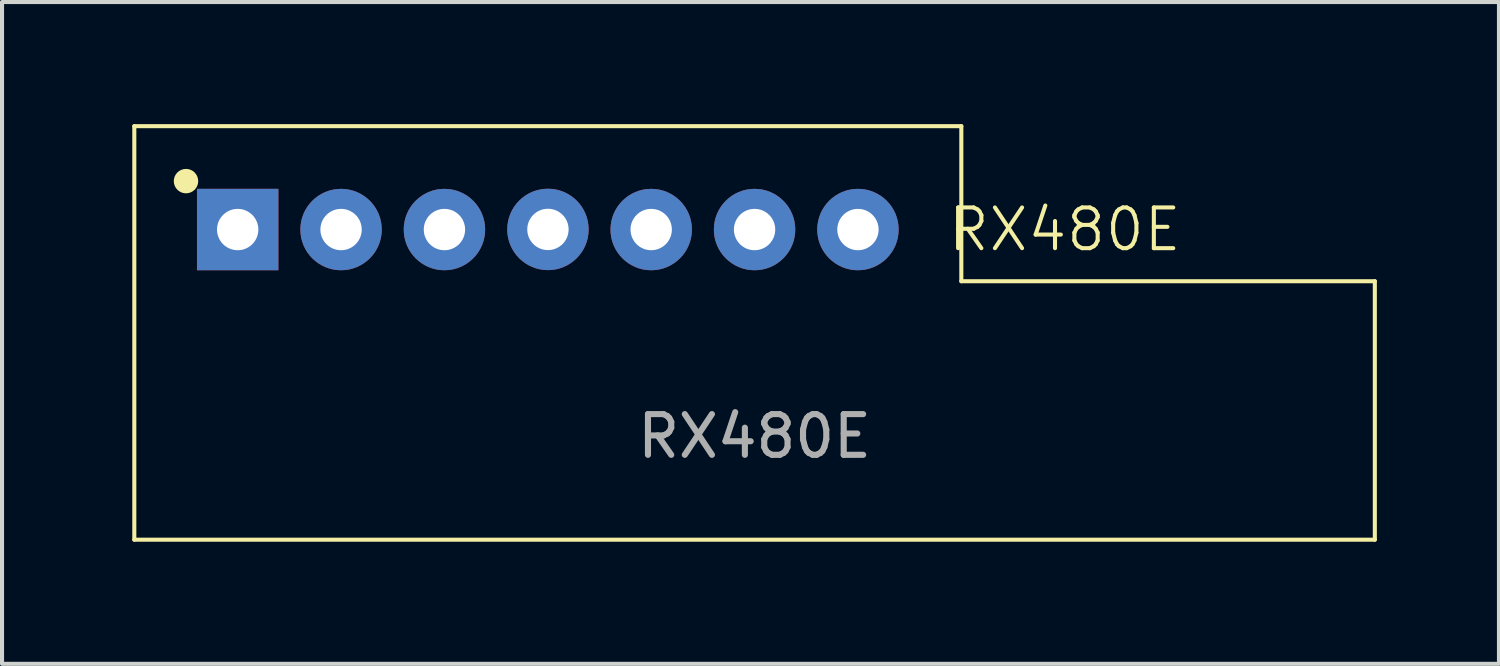
<source format=kicad_pcb>
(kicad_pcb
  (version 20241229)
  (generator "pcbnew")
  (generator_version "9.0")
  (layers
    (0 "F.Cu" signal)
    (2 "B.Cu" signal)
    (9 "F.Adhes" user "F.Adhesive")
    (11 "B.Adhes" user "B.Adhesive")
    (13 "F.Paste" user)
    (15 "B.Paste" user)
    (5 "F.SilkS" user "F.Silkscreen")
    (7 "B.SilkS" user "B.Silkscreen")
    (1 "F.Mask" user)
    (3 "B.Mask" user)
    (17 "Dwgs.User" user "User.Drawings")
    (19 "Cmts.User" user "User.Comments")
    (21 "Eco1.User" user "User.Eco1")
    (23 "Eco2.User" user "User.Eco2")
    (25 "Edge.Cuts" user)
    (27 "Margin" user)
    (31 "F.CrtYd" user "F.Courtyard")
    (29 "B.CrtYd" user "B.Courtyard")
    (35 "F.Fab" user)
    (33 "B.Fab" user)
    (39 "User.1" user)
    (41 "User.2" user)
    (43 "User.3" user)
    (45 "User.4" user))
  (footprint "RX480E"
    (layer "F.Cu")
    (at 0.25 5.13)
    (property "Reference" "RX480E" (at 22.86 -2.54 0) (unlocked yes) (layer "F.SilkS") (effects (font (size 1 1) (thickness 0.1))))
    (attr through_hole)
    (fp_line (start 0 -5.08) (end 20.32 -5.08) (stroke (width 0.1) (type default)) (layer "F.SilkS"))
    (fp_line (start 0 5.08) (end 0 -5.08) (stroke (width 0.1) (type default)) (layer "F.SilkS"))
    (fp_line (start 20.32 -5.08) (end 20.32 -1.27) (stroke (width 0.1) (type default)) (layer "F.SilkS"))
    (fp_line (start 20.32 -1.27) (end 30.48 -1.27) (stroke (width 0.1) (type default)) (layer "F.SilkS"))
    (fp_line (start 30.48 -1.27) (end 30.48 5.08) (stroke (width 0.1) (type default)) (layer "F.SilkS"))
    (fp_line (start 30.48 5.08) (end 0 5.08) (stroke (width 0.1) (type default)) (layer "F.SilkS"))
    (fp_circle (center 1.27 -3.73) (end 1.52 -3.73) (stroke (width 0.1) (type solid)) (fill yes) (layer "F.SilkS"))
    (fp_text user "${REFERENCE}" (at 15.24 2.54 0) (unlocked yes) (layer "F.Fab") (effects (font (size 1 1) (thickness 0.15))))
    (pad "1" thru_hole rect (at 2.54 -2.54) (size 2 2) (drill 1.016) (layers "*.Cu" "*.Mask"))
    (pad "2" thru_hole circle (at 5.08 -2.54) (size 2 2) (drill 1.016) (layers "*.Cu" "*.Mask"))
    (pad "3" thru_hole circle (at 7.62 -2.54) (size 2 2) (drill 1.016) (layers "*.Cu" "*.Mask"))
    (pad "4" thru_hole circle (at 10.163 -2.543) (size 2 2) (drill 1.016) (layers "*.Cu" "*.Mask"))
    (pad "5" thru_hole circle (at 12.7 -2.54) (size 2 2) (drill 1.016) (layers "*.Cu" "*.Mask"))
    (pad "6" thru_hole circle (at 15.24 -2.54) (size 2 2) (drill 1.016) (layers "*.Cu" "*.Mask"))
    (pad "7" thru_hole circle (at 17.78 -2.54) (size 2 2) (drill 1.016) (layers "*.Cu" "*.Mask")))
  (gr_rect
    (start -3 -3)
    (end 33.78 13.26)
    (stroke (width 0.1) (type default))
    (fill no)
    (layer "Edge.Cuts")))
</source>
